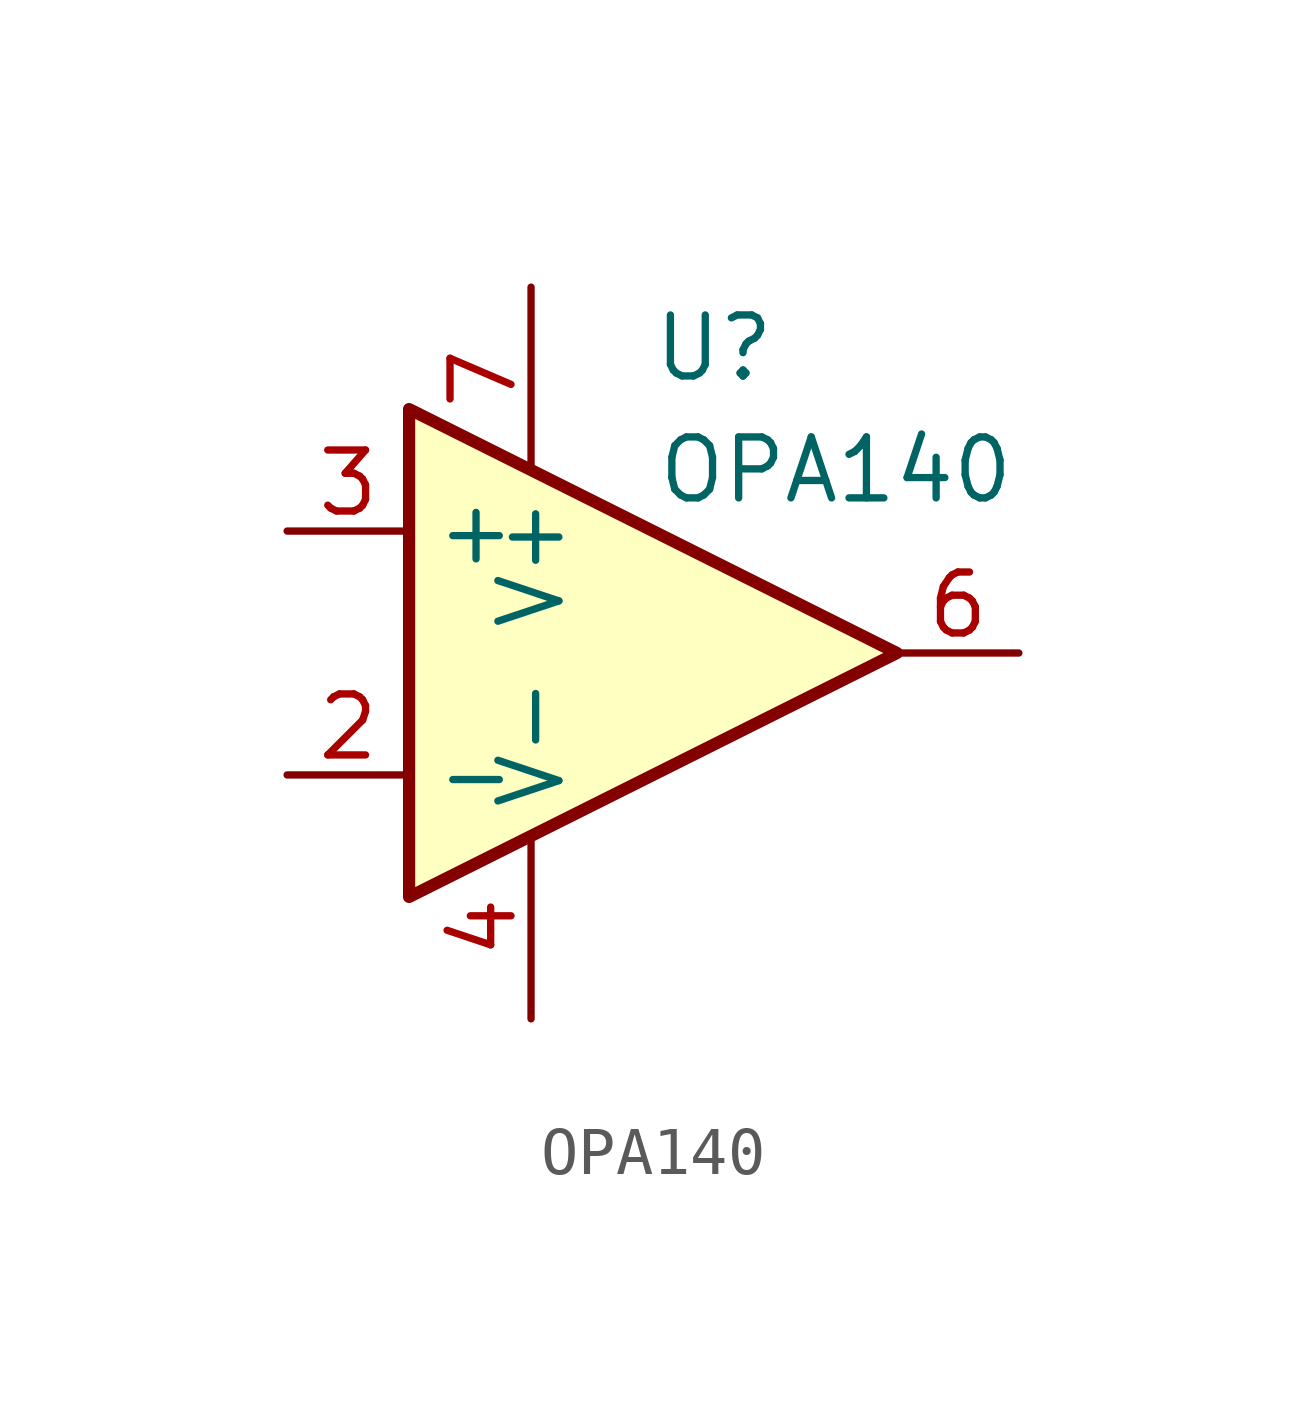
<source format=kicad_sym>
(kicad_symbol_lib
  (version 20220914)
  (generator kicad_symbol_editor)
  (symbol "OPA140"
    (property "Reference" "U"
      (at 1.27 6.35 0)
      (effects (font (size 1.27 1.27))))
    (property "Value" "OPA140"
      (at 3.81 3.81 0)
      (effects (font (size 1.27 1.27))))
    (symbol "OPA140_0_1"
      (polyline (pts (xy -5.08 5.08) (xy 5.08 0) (xy -5.08 -5.08) (xy -5.08 5.08)) (stroke (width 0.254) (type default)) (fill (type background))))
    (symbol "OPA140_1_1"
      (pin input line (at -7.62 -2.54 0) (length 2.54) (name "-" (effects (font (size 1.27 1.27)))) (number "2" (effects (font (size 1.27 1.27)))))
      (pin input line (at -7.62 2.54 0) (length 2.54) (name "+" (effects (font (size 1.27 1.27)))) (number "3" (effects (font (size 1.27 1.27)))))
      (pin power_in line (at -2.54 -7.62 90) (length 3.81) (name "V-" (effects (font (size 1.27 1.27)))) (number "4" (effects (font (size 1.27 1.27)))))
      (pin output line (at 7.62 0 180) (length 2.54) (name "~" (effects (font (size 1.27 1.27)))) (number "6" (effects (font (size 1.27 1.27)))))
      (pin power_in line (at -2.54 7.62 270) (length 3.81) (name "V+" (effects (font (size 1.27 1.27)))) (number "7" (effects (font (size 1.27 1.27))))))))
</source>
